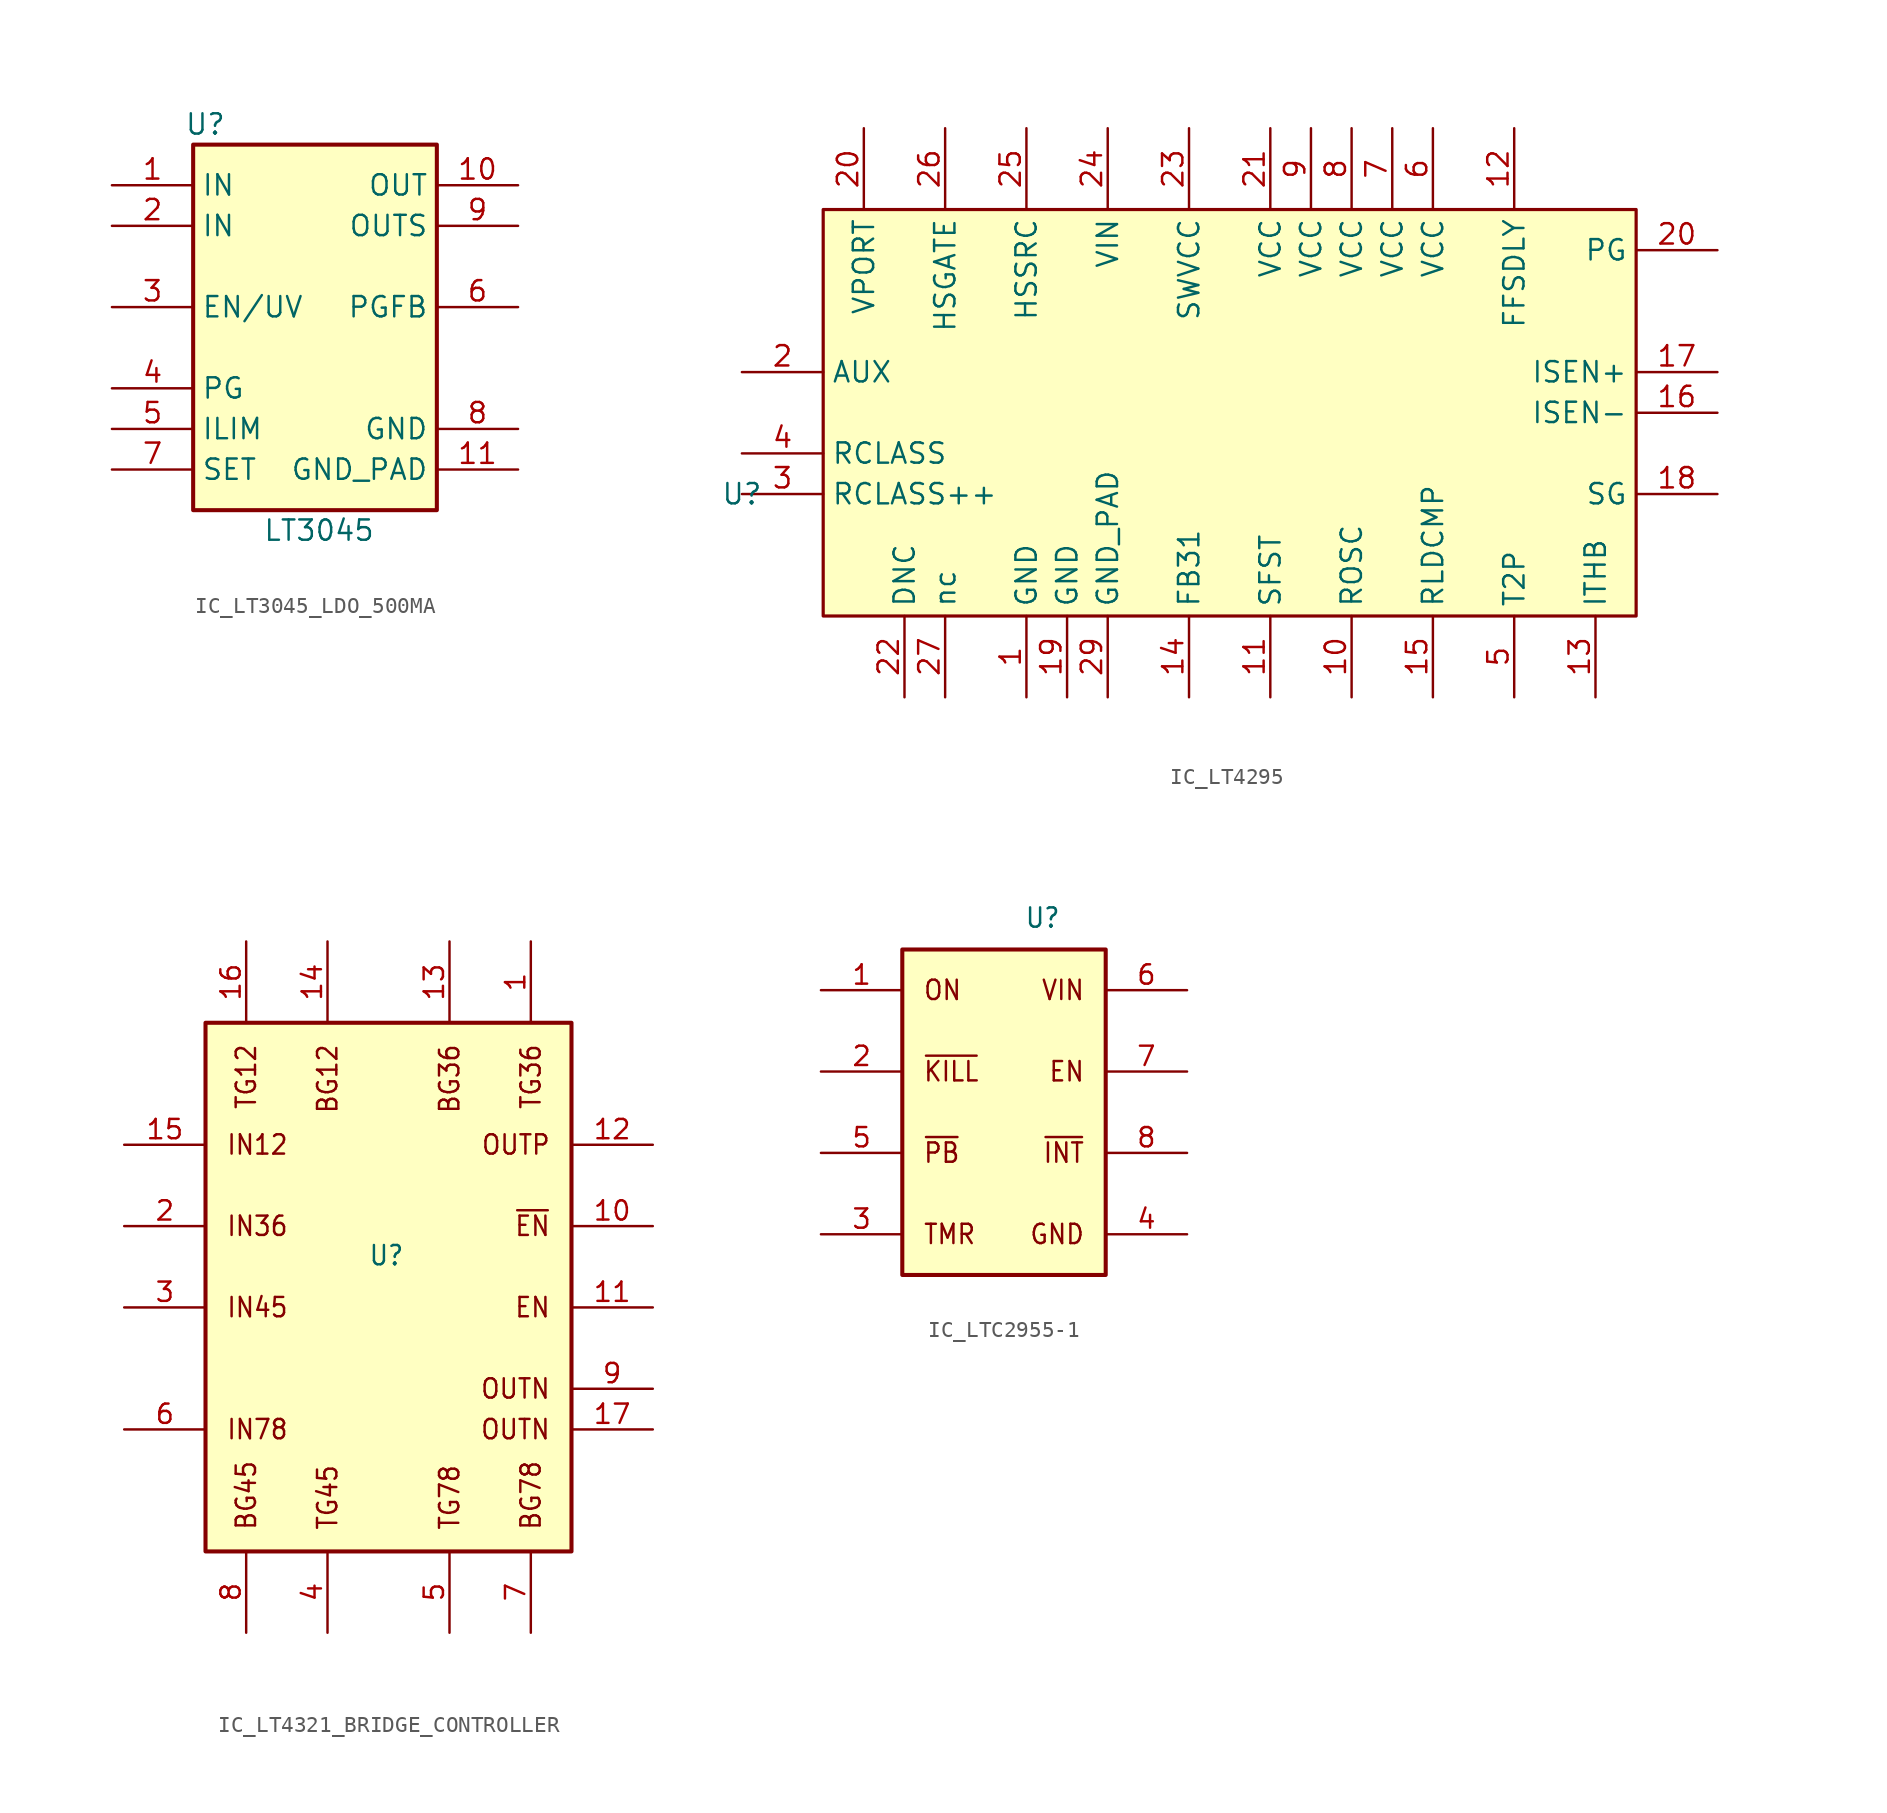
<source format=kicad_sym>
(kicad_symbol_lib
  (version 20241209)
  (generator "kicad_symbol_editor")
  (generator_version "9.0")
  (symbol "IC_LT3045_LDO_500MA"
    (property "Reference" "U"
      (at 5.842 21.59 0)
      (effects (font (size 1.27 1.27))))
    (property "Value" "LT3045"
      (at 12.954 -3.81 0)
      (effects (font (size 1.27 1.27))))
    (symbol "IC_LT3045_LDO_500MA_0_1"
      (rectangle (start 5.08 20.32) (end 20.32 -2.54) (stroke (width 0.254) (type default)) (fill (type background))))
    (symbol "IC_LT3045_LDO_500MA_1_1"
      (pin power_in line (at 0 17.78 0) (length 5.08) (name "IN" (effects (font (size 1.27 1.27)))) (number "1" (effects (font (size 1.27 1.27)))))
      (pin power_in line (at 0 15.24 0) (length 5.08) (name "IN" (effects (font (size 1.27 1.27)))) (number "2" (effects (font (size 1.27 1.27)))))
      (pin passive line (at 0 10.16 0) (length 5.08) (name "EN/UV" (effects (font (size 1.27 1.27)))) (number "3" (effects (font (size 1.27 1.27)))))
      (pin passive line (at 0 5.08 0) (length 5.08) (name "PG" (effects (font (size 1.27 1.27)))) (number "4" (effects (font (size 1.27 1.27)))))
      (pin passive line (at 0 2.54 0) (length 5.08) (name "ILIM" (effects (font (size 1.27 1.27)))) (number "5" (effects (font (size 1.27 1.27)))))
      (pin passive line (at 0 0 0) (length 5.08) (name "SET" (effects (font (size 1.27 1.27)))) (number "7" (effects (font (size 1.27 1.27)))))
      (pin passive line (at 25.4 17.78 180) (length 5.08) (name "OUT" (effects (font (size 1.27 1.27)))) (number "10" (effects (font (size 1.27 1.27)))))
      (pin passive line (at 25.4 15.24 180) (length 5.08) (name "OUTS" (effects (font (size 1.27 1.27)))) (number "9" (effects (font (size 1.27 1.27)))))
      (pin passive line (at 25.4 10.16 180) (length 5.08) (name "PGFB" (effects (font (size 1.27 1.27)))) (number "6" (effects (font (size 1.27 1.27)))))
      (pin power_in line (at 25.4 2.54 180) (length 5.08) (name "GND" (effects (font (size 1.27 1.27)))) (number "8" (effects (font (size 1.27 1.27)))))
      (pin power_in line (at 25.4 0 180) (length 5.08) (name "GND_PAD" (effects (font (size 1.27 1.27)))) (number "11" (effects (font (size 1.27 1.27)))))))
  (symbol "IC_LT4295"
    (property "Reference" "U"
      (at 0 0 0)
      (effects (font (size 1.27 1.27))))
    (property "Value" ""
      (at 30.48 5.08 0)
      (effects (font (size 1.27 1.27))))
    (symbol "IC_LT4295_1_1"
      (rectangle (start 5.08 17.78) (end 55.88 -7.62) (stroke (width 0.2) (type solid)) (fill (type background)))
      (pin passive line (at 0 7.62 0) (length 5.08) (name "AUX" (effects (font (size 1.27 1.27)))) (number "2" (effects (font (size 1.27 1.27)))))
      (pin passive line (at 0 2.54 0) (length 5.08) (name "RCLASS" (effects (font (size 1.27 1.27)))) (number "4" (effects (font (size 1.27 1.27)))))
      (pin passive line (at 0 0 0) (length 5.08) (name "RCLASS++" (effects (font (size 1.27 1.27)))) (number "3" (effects (font (size 1.27 1.27)))))
      (pin passive line (at 7.62 22.86 270) (length 5.08) (name "VPORT" (effects (font (size 1.27 1.27)))) (number "20" (effects (font (size 1.27 1.27)))))
      (pin passive line (at 10.16 -12.7 90) (length 5.08) (name "DNC" (effects (font (size 1.27 1.27)))) (number "22" (effects (font (size 1.27 1.27)))))
      (pin passive line (at 12.7 22.86 270) (length 5.08) (name "HSGATE" (effects (font (size 1.27 1.27)))) (number "26" (effects (font (size 1.27 1.27)))))
      (pin passive line (at 12.7 -12.7 90) (length 5.08) (name "nc" (effects (font (size 1.27 1.27)))) (number "27" (effects (font (size 1.27 1.27)))))
      (pin passive line (at 17.78 22.86 270) (length 5.08) (name "HSSRC" (effects (font (size 1.27 1.27)))) (number "25" (effects (font (size 1.27 1.27)))))
      (pin passive line (at 17.78 -12.7 90) (length 5.08) (name "GND" (effects (font (size 1.27 1.27)))) (number "1" (effects (font (size 1.27 1.27)))))
      (pin passive line (at 20.32 -12.7 90) (length 5.08) (name "GND" (effects (font (size 1.27 1.27)))) (number "19" (effects (font (size 1.27 1.27)))))
      (pin passive line (at 22.86 22.86 270) (length 5.08) (name "VIN" (effects (font (size 1.27 1.27)))) (number "24" (effects (font (size 1.27 1.27)))))
      (pin passive line (at 22.86 -12.7 90) (length 5.08) (name "GND_PAD" (effects (font (size 1.27 1.27)))) (number "29" (effects (font (size 1.27 1.27)))))
      (pin passive line (at 27.94 22.86 270) (length 5.08) (name "SWVCC" (effects (font (size 1.27 1.27)))) (number "23" (effects (font (size 1.27 1.27)))))
      (pin passive line (at 27.94 -12.7 90) (length 5.08) (name "FB31" (effects (font (size 1.27 1.27)))) (number "14" (effects (font (size 1.27 1.27)))))
      (pin passive line (at 33.02 22.86 270) (length 5.08) (name "VCC" (effects (font (size 1.27 1.27)))) (number "21" (effects (font (size 1.27 1.27)))))
      (pin passive line (at 33.02 -12.7 90) (length 5.08) (name "SFST" (effects (font (size 1.27 1.27)))) (number "11" (effects (font (size 1.27 1.27)))))
      (pin passive line (at 35.56 22.86 270) (length 5.08) (name "VCC" (effects (font (size 1.27 1.27)))) (number "9" (effects (font (size 1.27 1.27)))))
      (pin passive line (at 38.1 22.86 270) (length 5.08) (name "VCC" (effects (font (size 1.27 1.27)))) (number "8" (effects (font (size 1.27 1.27)))))
      (pin passive line (at 38.1 -12.7 90) (length 5.08) (name "ROSC" (effects (font (size 1.27 1.27)))) (number "10" (effects (font (size 1.27 1.27)))))
      (pin passive line (at 40.64 22.86 270) (length 5.08) (name "VCC" (effects (font (size 1.27 1.27)))) (number "7" (effects (font (size 1.27 1.27)))))
      (pin passive line (at 43.18 22.86 270) (length 5.08) (name "VCC" (effects (font (size 1.27 1.27)))) (number "6" (effects (font (size 1.27 1.27)))))
      (pin passive line (at 43.18 -12.7 90) (length 5.08) (name "RLDCMP" (effects (font (size 1.27 1.27)))) (number "15" (effects (font (size 1.27 1.27)))))
      (pin passive line (at 48.26 22.86 270) (length 5.08) (name "FFSDLY" (effects (font (size 1.27 1.27)))) (number "12" (effects (font (size 1.27 1.27)))))
      (pin passive line (at 48.26 -12.7 90) (length 5.08) (name "T2P" (effects (font (size 1.27 1.27)))) (number "5" (effects (font (size 1.27 1.27)))))
      (pin passive line (at 53.34 -12.7 90) (length 5.08) (name "ITHB" (effects (font (size 1.27 1.27)))) (number "13" (effects (font (size 1.27 1.27)))))
      (pin passive line (at 60.96 15.24 180) (length 5.08) (name "PG" (effects (font (size 1.27 1.27)))) (number "20" (effects (font (size 1.27 1.27)))))
      (pin passive line (at 60.96 7.62 180) (length 5.08) (name "ISEN+" (effects (font (size 1.27 1.27)))) (number "17" (effects (font (size 1.27 1.27)))))
      (pin passive line (at 60.96 5.08 180) (length 5.08) (name "ISEN-" (effects (font (size 1.27 1.27)))) (number "16" (effects (font (size 1.27 1.27)))))
      (pin passive line (at 60.96 0 180) (length 5.08) (name "SG" (effects (font (size 1.27 1.27)))) (number "18" (effects (font (size 1.27 1.27)))))))
  (symbol "IC_LT4321_BRIDGE_CONTROLLER"
    (property "Reference" "U"
      (at 15.24 10.16 0)
      (effects (font (size 1.206 1.092) (thickness 0.152)) (justify left bottom)))
    (property "Value" ""
      (at 0 0 0)
      (effects (font (size 1.092 1.092) (thickness 0.152)) (justify left bottom)))
    (symbol "IC_LT4321_BRIDGE_CONTROLLER_1_0"
      (polyline (pts (xy 5.08 -7.62) (xy 27.94 -7.62) (xy 27.94 25.4) (xy 5.08 25.4) (xy 5.08 -7.62)) (stroke (width 0.254) (type solid)) (fill (type background)))
      (text "IN12" (at 6.35 17.78 0) (effects (font (size 1.206 1.092) (thickness 0.152)) (justify left)))
      (text "IN36" (at 6.35 12.7 0) (effects (font (size 1.206 1.092) (thickness 0.152)) (justify left)))
      (text "IN45" (at 6.35 7.62 0) (effects (font (size 1.206 1.092) (thickness 0.152)) (justify left)))
      (text "IN78" (at 6.35 0 0) (effects (font (size 1.206 1.092) (thickness 0.152)) (justify left)))
      (text "TG12" (at 7.62 24.13 900) (effects (font (size 1.206 1.092) (thickness 0.152)) (justify right)))
      (text "BG45" (at 7.62 -6.35 900) (effects (font (size 1.206 1.092) (thickness 0.152)) (justify left)))
      (text "BG12" (at 12.7 24.13 900) (effects (font (size 1.206 1.092) (thickness 0.152)) (justify right)))
      (text "TG45" (at 12.7 -6.35 900) (effects (font (size 1.206 1.092) (thickness 0.152)) (justify left)))
      (text "BG36" (at 20.32 24.13 900) (effects (font (size 1.206 1.092) (thickness 0.152)) (justify right)))
      (text "TG78" (at 20.32 -6.35 900) (effects (font (size 1.206 1.092) (thickness 0.152)) (justify left)))
      (text "TG36" (at 25.4 24.13 900) (effects (font (size 1.206 1.092) (thickness 0.152)) (justify right)))
      (text "BG78" (at 25.4 -6.35 900) (effects (font (size 1.206 1.092) (thickness 0.152)) (justify left)))
      (text "OUTP" (at 26.67 17.78 0) (effects (font (size 1.206 1.092) (thickness 0.152)) (justify right)))
      (text "~{EN}" (at 26.67 12.7 0) (effects (font (size 1.206 1.092) (thickness 0.152)) (justify right)))
      (text "EN" (at 26.67 7.62 0) (effects (font (size 1.206 1.092) (thickness 0.152)) (justify right)))
      (text "OUTN" (at 26.67 2.54 0) (effects (font (size 1.206 1.092) (thickness 0.152)) (justify right)))
      (text "OUTN" (at 26.67 0 0) (effects (font (size 1.206 1.092) (thickness 0.152)) (justify right)))
      (pin passive line (at 0 17.78 0) (length 5.08) (name "" (effects (font (size 1.206 1.206)))) (number "15" (effects (font (size 1.206 1.206)))))
      (pin passive line (at 0 12.7 0) (length 5.08) (name "" (effects (font (size 1.206 1.206)))) (number "2" (effects (font (size 1.206 1.206)))))
      (pin passive line (at 0 7.62 0) (length 5.08) (name "" (effects (font (size 1.206 1.206)))) (number "3" (effects (font (size 1.206 1.206)))))
      (pin passive line (at 0 0 0) (length 5.08) (name "" (effects (font (size 1.206 1.206)))) (number "6" (effects (font (size 1.206 1.206)))))
      (pin passive line (at 7.62 30.48 270) (length 5.08) (name "" (effects (font (size 1.206 1.206)))) (number "16" (effects (font (size 1.206 1.206)))))
      (pin passive line (at 7.62 -12.7 90) (length 5.08) (name "" (effects (font (size 1.206 1.206)))) (number "8" (effects (font (size 1.206 1.206)))))
      (pin passive line (at 12.7 30.48 270) (length 5.08) (name "" (effects (font (size 1.206 1.206)))) (number "14" (effects (font (size 1.206 1.206)))))
      (pin passive line (at 12.7 -12.7 90) (length 5.08) (name "" (effects (font (size 1.206 1.206)))) (number "4" (effects (font (size 1.206 1.206)))))
      (pin passive line (at 20.32 30.48 270) (length 5.08) (name "" (effects (font (size 1.206 1.206)))) (number "13" (effects (font (size 1.206 1.206)))))
      (pin passive line (at 20.32 -12.7 90) (length 5.08) (name "" (effects (font (size 1.206 1.206)))) (number "5" (effects (font (size 1.206 1.206)))))
      (pin passive line (at 25.4 30.48 270) (length 5.08) (name "" (effects (font (size 1.206 1.206)))) (number "1" (effects (font (size 1.206 1.206)))))
      (pin passive line (at 25.4 -12.7 90) (length 5.08) (name "" (effects (font (size 1.206 1.206)))) (number "7" (effects (font (size 1.206 1.206)))))
      (pin passive line (at 33.02 17.78 180) (length 5.08) (name "" (effects (font (size 1.206 1.206)))) (number "12" (effects (font (size 1.206 1.206)))))
      (pin passive line (at 33.02 12.7 180) (length 5.08) (name "" (effects (font (size 1.206 1.206)))) (number "10" (effects (font (size 1.206 1.206)))))
      (pin passive line (at 33.02 7.62 180) (length 5.08) (name "" (effects (font (size 1.206 1.206)))) (number "11" (effects (font (size 1.206 1.206)))))
      (pin passive line (at 33.02 2.54 180) (length 5.08) (name "" (effects (font (size 1.206 1.206)))) (number "9" (effects (font (size 1.206 1.206)))))
      (pin passive line (at 33.02 0 180) (length 5.08) (name "" (effects (font (size 1.206 1.206)))) (number "17" (effects (font (size 1.206 1.206)))))))
  (symbol "IC_LTC2955-1"
    (property "Reference" "U"
      (at 12.7 19.05 0)
      (effects (font (size 1.206 1.092) (thickness 0.152)) (justify left bottom)))
    (property "Value" ""
      (at 0 0 0)
      (effects (font (size 1.092 1.092) (thickness 0.152)) (justify left bottom)))
    (symbol "IC_LTC2955-1_1_0"
      (polyline (pts (xy 5.08 -2.54) (xy 17.78 -2.54) (xy 17.78 17.78) (xy 5.08 17.78) (xy 5.08 -2.54)) (stroke (width 0.254) (type solid)) (fill (type background)))
      (text "ON" (at 6.35 15.24 0) (effects (font (size 1.206 1.092) (thickness 0.152)) (justify left)))
      (text "~{KILL}" (at 6.35 10.16 0) (effects (font (size 1.206 1.092) (thickness 0.152)) (justify left)))
      (text "~{PB}" (at 6.35 5.08 0) (effects (font (size 1.206 1.092) (thickness 0.152)) (justify left)))
      (text "TMR" (at 6.35 0 0) (effects (font (size 1.206 1.092) (thickness 0.152)) (justify left)))
      (text "VIN" (at 16.51 15.24 0) (effects (font (size 1.206 1.092) (thickness 0.152)) (justify right)))
      (text "EN" (at 16.51 10.16 0) (effects (font (size 1.206 1.092) (thickness 0.152)) (justify right)))
      (text "~{INT}" (at 16.51 5.08 0) (effects (font (size 1.206 1.092) (thickness 0.152)) (justify right)))
      (text "GND" (at 16.51 0 0) (effects (font (size 1.206 1.092) (thickness 0.152)) (justify right)))
      (pin passive line (at 0 15.24 0) (length 5.08) (name "" (effects (font (size 1.206 1.206)))) (number "1" (effects (font (size 1.206 1.206)))))
      (pin passive line (at 0 10.16 0) (length 5.08) (name "" (effects (font (size 1.206 1.206)))) (number "2" (effects (font (size 1.206 1.206)))))
      (pin passive line (at 0 5.08 0) (length 5.08) (name "" (effects (font (size 1.206 1.206)))) (number "5" (effects (font (size 1.206 1.206)))))
      (pin passive line (at 0 0 0) (length 5.08) (name "" (effects (font (size 1.206 1.206)))) (number "3" (effects (font (size 1.206 1.206)))))
      (pin passive line (at 22.86 15.24 180) (length 5.08) (name "" (effects (font (size 1.206 1.206)))) (number "6" (effects (font (size 1.206 1.206)))))
      (pin passive line (at 22.86 10.16 180) (length 5.08) (name "" (effects (font (size 1.206 1.206)))) (number "7" (effects (font (size 1.206 1.206)))))
      (pin passive line (at 22.86 5.08 180) (length 5.08) (name "" (effects (font (size 1.206 1.206)))) (number "8" (effects (font (size 1.206 1.206)))))
      (pin passive line (at 22.86 0 180) (length 5.08) (name "" (effects (font (size 1.206 1.206)))) (number "4" (effects (font (size 1.206 1.206))))))))
</source>
